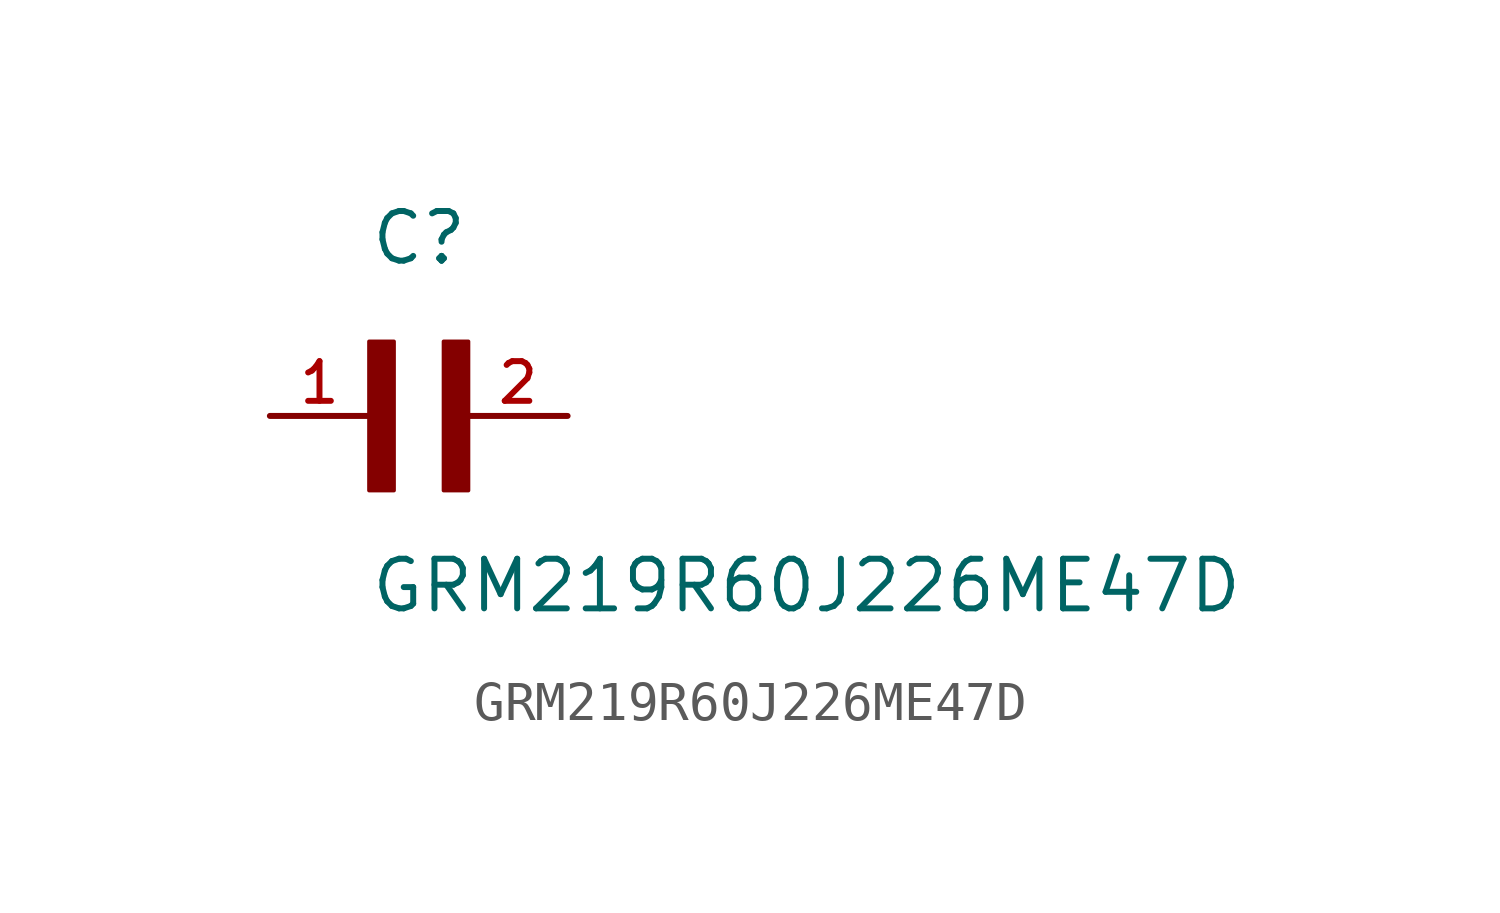
<source format=kicad_sym>
(kicad_symbol_lib
  (version 20211014)
  (generator kicad_symbol_editor)
  (symbol "GRM219R60J226ME47D"
    (pin_names
      (offset 1.016))
    (property "Reference" "C"
      (at 0.0 3.811 0)
      (effects (font (size 1.27 1.27)) (justify bottom left)))
    (property "Value" "GRM219R60J226ME47D"
      (at 0.0 -5.088 0)
      (effects (font (size 1.27 1.27)) (justify bottom left)))
    (symbol "GRM219R60J226ME47D_0_0"
      (rectangle (start 0.0 -1.907) (end 0.635 1.905) (stroke (width 0.1)) (fill (type outline)))
      (rectangle (start 1.907 -1.907) (end 2.54 1.905) (stroke (width 0.1)) (fill (type outline)))
      (pin passive line (at 5.08 0.0 180.0) (length 2.54) (name "~" (effects (font (size 1.016 1.016)))) (number "2" (effects (font (size 1.016 1.016)))))
      (pin passive line (at -2.54 0.0 0) (length 2.54) (name "~" (effects (font (size 1.016 1.016)))) (number "1" (effects (font (size 1.016 1.016))))))))
</source>
